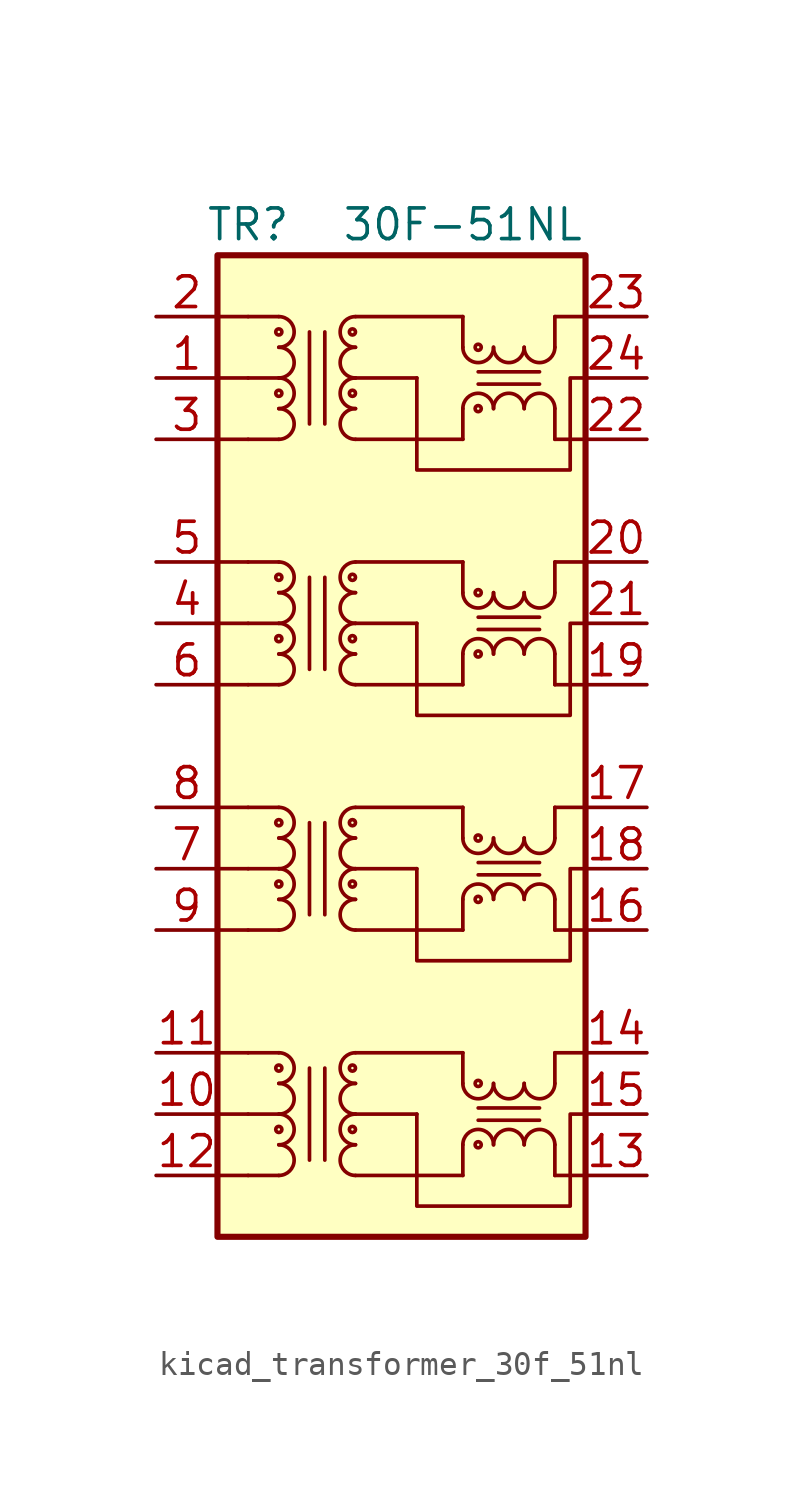
<source format=kicad_sym>
(kicad_symbol_lib
  (version 20220914)
  (generator kicad_symbol_editor)
  (symbol "kicad_transformer_30f_51nl"
    (pin_names
      (offset 1.016) hide)
    (property "Reference" "TR"
      (at -6.35 21.59 0)
      (effects (font (size 1.27 1.27))))
    (property "Value" "30F-51NL"
      (at 2.54 21.59 0)
      (effects (font (size 1.27 1.27))))
    (symbol "kicad_transformer_30f_51nl_0_1"
      (rectangle (start -7.62 20.32) (end 7.62 -20.32) (stroke (width 0.254) (type default)) (fill (type background)))
      (polyline (pts (xy 2.54 -16.51) (xy 2.54 -17.78)) (stroke (width 0) (type default)) (fill (type none)))
      (polyline (pts (xy 2.54 -12.7) (xy 2.54 -13.97)) (stroke (width 0) (type default)) (fill (type none)))
      (polyline (pts (xy 2.54 -6.35) (xy 2.54 -7.62)) (stroke (width 0) (type default)) (fill (type none)))
      (polyline (pts (xy 2.54 -2.54) (xy 2.54 -3.81)) (stroke (width 0) (type default)) (fill (type none)))
      (polyline (pts (xy 2.54 3.81) (xy 2.54 2.54)) (stroke (width 0) (type default)) (fill (type none)))
      (polyline (pts (xy 2.54 7.62) (xy 2.54 6.35)) (stroke (width 0) (type default)) (fill (type none)))
      (polyline (pts (xy 2.54 13.97) (xy 2.54 12.7)) (stroke (width 0) (type default)) (fill (type none)))
      (polyline (pts (xy 2.54 17.78) (xy 2.54 16.51)) (stroke (width 0) (type default)) (fill (type none)))
      (polyline (pts (xy 6.35 -17.78) (xy 6.35 -16.51)) (stroke (width 0) (type default)) (fill (type none)))
      (polyline (pts (xy 6.35 -13.97) (xy 6.35 -12.7)) (stroke (width 0) (type default)) (fill (type none)))
      (polyline (pts (xy 6.35 -7.62) (xy 6.35 -6.35)) (stroke (width 0) (type default)) (fill (type none)))
      (polyline (pts (xy 6.35 -3.81) (xy 6.35 -2.54)) (stroke (width 0) (type default)) (fill (type none)))
      (polyline (pts (xy 6.35 2.54) (xy 6.35 3.81)) (stroke (width 0) (type default)) (fill (type none)))
      (polyline (pts (xy 6.35 6.35) (xy 6.35 7.62)) (stroke (width 0) (type default)) (fill (type none)))
      (polyline (pts (xy 6.35 12.7) (xy 6.35 13.97)) (stroke (width 0) (type default)) (fill (type none)))
      (polyline (pts (xy 6.35 16.51) (xy 6.35 17.78)) (stroke (width 0) (type default)) (fill (type none)))
      (polyline (pts (xy 7.62 15.24) (xy 7.62 15.24)) (stroke (width 0) (type default)) (fill (type none)))
      (polyline (pts (xy 0.635 -15.24) (xy 0.635 -19.05) (xy 6.985 -19.05) (xy 6.985 -15.24) (xy 7.62 -15.24)) (stroke (width 0) (type default)) (fill (type none)))
      (polyline (pts (xy 0.635 -5.08) (xy 0.635 -8.89) (xy 6.985 -8.89) (xy 6.985 -5.08) (xy 7.62 -5.08)) (stroke (width 0) (type default)) (fill (type none)))
      (polyline (pts (xy 0.635 5.08) (xy 0.635 1.27) (xy 6.985 1.27) (xy 6.985 5.08) (xy 7.62 5.08)) (stroke (width 0) (type default)) (fill (type none)))
      (polyline (pts (xy 0.635 15.24) (xy 0.635 11.43) (xy 6.985 11.43) (xy 6.985 15.24) (xy 7.62 15.24)) (stroke (width 0) (type default)) (fill (type none)))
      (pin passive line (at -10.16 15.24 0) (length 2.54) (name "CT" (effects (font (size 1.27 1.27)))) (number "1" (effects (font (size 1.27 1.27)))))
      (pin passive line (at -10.16 -15.24 0) (length 2.54) (name "CT" (effects (font (size 1.27 1.27)))) (number "10" (effects (font (size 1.27 1.27)))))
      (pin passive line (at -10.16 -12.7 0) (length 2.54) (name "TD4+" (effects (font (size 1.27 1.27)))) (number "11" (effects (font (size 1.27 1.27)))))
      (pin passive line (at -10.16 -17.78 0) (length 2.54) (name "TD4-" (effects (font (size 1.27 1.27)))) (number "12" (effects (font (size 1.27 1.27)))))
      (pin passive line (at 10.16 -17.78 180) (length 2.54) (name "MX4-" (effects (font (size 1.27 1.27)))) (number "13" (effects (font (size 1.27 1.27)))))
      (pin passive line (at 10.16 -12.7 180) (length 2.54) (name "MX4+" (effects (font (size 1.27 1.27)))) (number "14" (effects (font (size 1.27 1.27)))))
      (pin passive line (at 10.16 -15.24 180) (length 2.54) (name "CT" (effects (font (size 1.27 1.27)))) (number "15" (effects (font (size 1.27 1.27)))))
      (pin passive line (at 10.16 -7.62 180) (length 2.54) (name "MX3-" (effects (font (size 1.27 1.27)))) (number "16" (effects (font (size 1.27 1.27)))))
      (pin passive line (at 10.16 -2.54 180) (length 2.54) (name "MX3+" (effects (font (size 1.27 1.27)))) (number "17" (effects (font (size 1.27 1.27)))))
      (pin passive line (at 10.16 -5.08 180) (length 2.54) (name "CT" (effects (font (size 1.27 1.27)))) (number "18" (effects (font (size 1.27 1.27)))))
      (pin passive line (at 10.16 2.54 180) (length 2.54) (name "MX2-" (effects (font (size 1.27 1.27)))) (number "19" (effects (font (size 1.27 1.27)))))
      (pin passive line (at -10.16 17.78 0) (length 2.54) (name "TD1+" (effects (font (size 1.27 1.27)))) (number "2" (effects (font (size 1.27 1.27)))))
      (pin passive line (at 10.16 7.62 180) (length 2.54) (name "MX2+" (effects (font (size 1.27 1.27)))) (number "20" (effects (font (size 1.27 1.27)))))
      (pin passive line (at 10.16 5.08 180) (length 2.54) (name "CT" (effects (font (size 1.27 1.27)))) (number "21" (effects (font (size 1.27 1.27)))))
      (pin passive line (at 10.16 12.7 180) (length 2.54) (name "MX1-" (effects (font (size 1.27 1.27)))) (number "22" (effects (font (size 1.27 1.27)))))
      (pin passive line (at 10.16 17.78 180) (length 2.54) (name "MX1+" (effects (font (size 1.27 1.27)))) (number "23" (effects (font (size 1.27 1.27)))))
      (pin passive line (at 10.16 15.24 180) (length 2.54) (name "CT" (effects (font (size 1.27 1.27)))) (number "24" (effects (font (size 1.27 1.27)))))
      (pin passive line (at -10.16 12.7 0) (length 2.54) (name "TD1-" (effects (font (size 1.27 1.27)))) (number "3" (effects (font (size 1.27 1.27)))))
      (pin passive line (at -10.16 5.08 0) (length 2.54) (name "CT" (effects (font (size 1.27 1.27)))) (number "4" (effects (font (size 1.27 1.27)))))
      (pin passive line (at -10.16 7.62 0) (length 2.54) (name "TD2+" (effects (font (size 1.27 1.27)))) (number "5" (effects (font (size 1.27 1.27)))))
      (pin passive line (at -10.16 2.54 0) (length 2.54) (name "TD2-" (effects (font (size 1.27 1.27)))) (number "6" (effects (font (size 1.27 1.27)))))
      (pin passive line (at -10.16 -5.08 0) (length 2.54) (name "CT" (effects (font (size 1.27 1.27)))) (number "7" (effects (font (size 1.27 1.27)))))
      (pin passive line (at -10.16 -2.54 0) (length 2.54) (name "TD3+" (effects (font (size 1.27 1.27)))) (number "8" (effects (font (size 1.27 1.27)))))
      (pin passive line (at -10.16 -7.62 0) (length 2.54) (name "TD3-" (effects (font (size 1.27 1.27)))) (number "9" (effects (font (size 1.27 1.27))))))
    (symbol "kicad_transformer_30f_51nl_1_1"
      (arc (start -5.08 -17.78) (mid -4.4477 -17.145) (end -5.08 -16.51) (stroke (width 0) (type default)) (fill (type none)))
      (arc (start -5.08 -16.51) (mid -4.4477 -15.875) (end -5.08 -15.24) (stroke (width 0) (type default)) (fill (type none)))
      (circle (center -5.08 -15.875) (radius 0.127) (stroke (width 0) (type default)) (fill (type none)))
      (arc (start -5.08 -15.24) (mid -4.4477 -14.605) (end -5.08 -13.97) (stroke (width 0) (type default)) (fill (type none)))
      (arc (start -5.08 -13.97) (mid -4.4477 -13.335) (end -5.08 -12.7) (stroke (width 0) (type default)) (fill (type none)))
      (circle (center -5.08 -13.335) (radius 0.127) (stroke (width 0) (type default)) (fill (type none)))
      (arc (start -5.08 -7.62) (mid -4.4477 -6.985) (end -5.08 -6.35) (stroke (width 0) (type default)) (fill (type none)))
      (arc (start -5.08 -6.35) (mid -4.4477 -5.715) (end -5.08 -5.08) (stroke (width 0) (type default)) (fill (type none)))
      (circle (center -5.08 -5.715) (radius 0.127) (stroke (width 0) (type default)) (fill (type none)))
      (arc (start -5.08 -5.08) (mid -4.4477 -4.445) (end -5.08 -3.81) (stroke (width 0) (type default)) (fill (type none)))
      (arc (start -5.08 -3.81) (mid -4.4477 -3.175) (end -5.08 -2.54) (stroke (width 0) (type default)) (fill (type none)))
      (circle (center -5.08 -3.175) (radius 0.127) (stroke (width 0) (type default)) (fill (type none)))
      (arc (start -5.08 2.54) (mid -4.4477 3.175) (end -5.08 3.81) (stroke (width 0) (type default)) (fill (type none)))
      (arc (start -5.08 3.81) (mid -4.4477 4.445) (end -5.08 5.08) (stroke (width 0) (type default)) (fill (type none)))
      (circle (center -5.08 4.445) (radius 0.127) (stroke (width 0) (type default)) (fill (type none)))
      (arc (start -5.08 5.08) (mid -4.4477 5.715) (end -5.08 6.35) (stroke (width 0) (type default)) (fill (type none)))
      (arc (start -5.08 6.35) (mid -4.4477 6.985) (end -5.08 7.62) (stroke (width 0) (type default)) (fill (type none)))
      (circle (center -5.08 6.985) (radius 0.127) (stroke (width 0) (type default)) (fill (type none)))
      (arc (start -5.08 12.7) (mid -4.4477 13.335) (end -5.08 13.97) (stroke (width 0) (type default)) (fill (type none)))
      (arc (start -5.08 13.97) (mid -4.4477 14.605) (end -5.08 15.24) (stroke (width 0) (type default)) (fill (type none)))
      (circle (center -5.08 14.605) (radius 0.127) (stroke (width 0) (type default)) (fill (type none)))
      (arc (start -5.08 15.24) (mid -4.4477 15.875) (end -5.08 16.51) (stroke (width 0) (type default)) (fill (type none)))
      (arc (start -5.08 16.51) (mid -4.4477 17.145) (end -5.08 17.78) (stroke (width 0) (type default)) (fill (type none)))
      (circle (center -5.08 17.145) (radius 0.127) (stroke (width 0) (type default)) (fill (type none)))
      (circle (center -2.032 -15.875) (radius 0.127) (stroke (width 0) (type default)) (fill (type none)))
      (circle (center -2.032 -13.335) (radius 0.127) (stroke (width 0) (type default)) (fill (type none)))
      (circle (center -2.032 -5.715) (radius 0.127) (stroke (width 0) (type default)) (fill (type none)))
      (circle (center -2.032 -3.175) (radius 0.127) (stroke (width 0) (type default)) (fill (type none)))
      (circle (center -2.032 4.445) (radius 0.127) (stroke (width 0) (type default)) (fill (type none)))
      (circle (center -2.032 6.985) (radius 0.127) (stroke (width 0) (type default)) (fill (type none)))
      (circle (center -2.032 14.605) (radius 0.127) (stroke (width 0) (type default)) (fill (type none)))
      (circle (center -2.032 17.145) (radius 0.127) (stroke (width 0) (type default)) (fill (type none)))
      (arc (start -1.905 -16.51) (mid -2.5373 -17.145) (end -1.905 -17.78) (stroke (width 0) (type default)) (fill (type none)))
      (arc (start -1.905 -15.24) (mid -2.5373 -15.875) (end -1.905 -16.51) (stroke (width 0) (type default)) (fill (type none)))
      (arc (start -1.905 -13.97) (mid -2.5373 -14.605) (end -1.905 -15.24) (stroke (width 0) (type default)) (fill (type none)))
      (arc (start -1.905 -12.7) (mid -2.5373 -13.335) (end -1.905 -13.97) (stroke (width 0) (type default)) (fill (type none)))
      (arc (start -1.905 -6.35) (mid -2.5373 -6.985) (end -1.905 -7.62) (stroke (width 0) (type default)) (fill (type none)))
      (arc (start -1.905 -5.08) (mid -2.5373 -5.715) (end -1.905 -6.35) (stroke (width 0) (type default)) (fill (type none)))
      (arc (start -1.905 -3.81) (mid -2.5373 -4.445) (end -1.905 -5.08) (stroke (width 0) (type default)) (fill (type none)))
      (arc (start -1.905 -2.54) (mid -2.5373 -3.175) (end -1.905 -3.81) (stroke (width 0) (type default)) (fill (type none)))
      (arc (start -1.905 3.81) (mid -2.5373 3.175) (end -1.905 2.54) (stroke (width 0) (type default)) (fill (type none)))
      (arc (start -1.905 5.08) (mid -2.5373 4.445) (end -1.905 3.81) (stroke (width 0) (type default)) (fill (type none)))
      (arc (start -1.905 6.35) (mid -2.5373 5.715) (end -1.905 5.08) (stroke (width 0) (type default)) (fill (type none)))
      (arc (start -1.905 7.62) (mid -2.5373 6.985) (end -1.905 6.35) (stroke (width 0) (type default)) (fill (type none)))
      (arc (start -1.905 13.97) (mid -2.5373 13.335) (end -1.905 12.7) (stroke (width 0) (type default)) (fill (type none)))
      (arc (start -1.905 15.24) (mid -2.5373 14.605) (end -1.905 13.97) (stroke (width 0) (type default)) (fill (type none)))
      (arc (start -1.905 16.51) (mid -2.5373 15.875) (end -1.905 15.24) (stroke (width 0) (type default)) (fill (type none)))
      (arc (start -1.905 17.78) (mid -2.5373 17.145) (end -1.905 16.51) (stroke (width 0) (type default)) (fill (type none)))
      (polyline (pts (xy -7.62 -17.78) (xy -6.35 -17.78)) (stroke (width 0) (type default)) (fill (type none)))
      (polyline (pts (xy -7.62 -15.24) (xy -6.35 -15.24)) (stroke (width 0) (type default)) (fill (type none)))
      (polyline (pts (xy -7.62 -12.7) (xy -6.35 -12.7)) (stroke (width 0) (type default)) (fill (type none)))
      (polyline (pts (xy -7.62 -7.62) (xy -6.35 -7.62)) (stroke (width 0) (type default)) (fill (type none)))
      (polyline (pts (xy -7.62 -5.08) (xy -6.35 -5.08)) (stroke (width 0) (type default)) (fill (type none)))
      (polyline (pts (xy -7.62 -2.54) (xy -6.35 -2.54)) (stroke (width 0) (type default)) (fill (type none)))
      (polyline (pts (xy -7.62 2.54) (xy -6.35 2.54)) (stroke (width 0) (type default)) (fill (type none)))
      (polyline (pts (xy -7.62 5.08) (xy -6.35 5.08)) (stroke (width 0) (type default)) (fill (type none)))
      (polyline (pts (xy -7.62 7.62) (xy -6.35 7.62)) (stroke (width 0) (type default)) (fill (type none)))
      (polyline (pts (xy -7.62 12.7) (xy -6.35 12.7)) (stroke (width 0) (type default)) (fill (type none)))
      (polyline (pts (xy -7.62 15.24) (xy -6.35 15.24)) (stroke (width 0) (type default)) (fill (type none)))
      (polyline (pts (xy -7.62 17.78) (xy -6.35 17.78)) (stroke (width 0) (type default)) (fill (type none)))
      (polyline (pts (xy -6.35 -17.78) (xy -5.08 -17.78)) (stroke (width 0) (type default)) (fill (type none)))
      (polyline (pts (xy -6.35 -15.24) (xy -5.08 -15.24)) (stroke (width 0) (type default)) (fill (type none)))
      (polyline (pts (xy -6.35 -12.7) (xy -5.08 -12.7)) (stroke (width 0) (type default)) (fill (type none)))
      (polyline (pts (xy -6.35 -7.62) (xy -5.08 -7.62)) (stroke (width 0) (type default)) (fill (type none)))
      (polyline (pts (xy -6.35 -5.08) (xy -5.08 -5.08)) (stroke (width 0) (type default)) (fill (type none)))
      (polyline (pts (xy -6.35 -2.54) (xy -5.08 -2.54)) (stroke (width 0) (type default)) (fill (type none)))
      (polyline (pts (xy -6.35 2.54) (xy -5.08 2.54)) (stroke (width 0) (type default)) (fill (type none)))
      (polyline (pts (xy -6.35 5.08) (xy -5.08 5.08)) (stroke (width 0) (type default)) (fill (type none)))
      (polyline (pts (xy -6.35 7.62) (xy -5.08 7.62)) (stroke (width 0) (type default)) (fill (type none)))
      (polyline (pts (xy -6.35 12.7) (xy -5.08 12.7)) (stroke (width 0) (type default)) (fill (type none)))
      (polyline (pts (xy -6.35 15.24) (xy -5.08 15.24)) (stroke (width 0) (type default)) (fill (type none)))
      (polyline (pts (xy -6.35 17.78) (xy -5.08 17.78)) (stroke (width 0) (type default)) (fill (type none)))
      (polyline (pts (xy -3.81 -17.145) (xy -3.81 -13.335)) (stroke (width 0) (type default)) (fill (type none)))
      (polyline (pts (xy -3.81 -6.985) (xy -3.81 -3.175)) (stroke (width 0) (type default)) (fill (type none)))
      (polyline (pts (xy -3.81 3.175) (xy -3.81 6.985)) (stroke (width 0) (type default)) (fill (type none)))
      (polyline (pts (xy -3.81 13.335) (xy -3.81 17.145)) (stroke (width 0) (type default)) (fill (type none)))
      (polyline (pts (xy -3.175 -17.145) (xy -3.175 -13.335)) (stroke (width 0) (type default)) (fill (type none)))
      (polyline (pts (xy -3.175 -6.985) (xy -3.175 -3.175)) (stroke (width 0) (type default)) (fill (type none)))
      (polyline (pts (xy -3.175 3.175) (xy -3.175 6.985)) (stroke (width 0) (type default)) (fill (type none)))
      (polyline (pts (xy -3.175 13.335) (xy -3.175 17.145)) (stroke (width 0) (type default)) (fill (type none)))
      (polyline (pts (xy 0.635 -15.24) (xy -1.905 -15.24)) (stroke (width 0) (type default)) (fill (type none)))
      (polyline (pts (xy 0.635 -5.08) (xy -1.905 -5.08)) (stroke (width 0) (type default)) (fill (type none)))
      (polyline (pts (xy 0.635 5.08) (xy -1.905 5.08)) (stroke (width 0) (type default)) (fill (type none)))
      (polyline (pts (xy 0.635 15.24) (xy -1.905 15.24)) (stroke (width 0) (type default)) (fill (type none)))
      (polyline (pts (xy 2.54 -17.78) (xy -1.905 -17.78)) (stroke (width 0) (type default)) (fill (type none)))
      (polyline (pts (xy 2.54 -12.7) (xy -1.905 -12.7)) (stroke (width 0) (type default)) (fill (type none)))
      (polyline (pts (xy 2.54 -7.62) (xy -1.905 -7.62)) (stroke (width 0) (type default)) (fill (type none)))
      (polyline (pts (xy 2.54 -2.54) (xy -1.905 -2.54)) (stroke (width 0) (type default)) (fill (type none)))
      (polyline (pts (xy 2.54 2.54) (xy -1.905 2.54)) (stroke (width 0) (type default)) (fill (type none)))
      (polyline (pts (xy 2.54 7.62) (xy -1.905 7.62)) (stroke (width 0) (type default)) (fill (type none)))
      (polyline (pts (xy 2.54 12.7) (xy -1.905 12.7)) (stroke (width 0) (type default)) (fill (type none)))
      (polyline (pts (xy 2.54 17.78) (xy -1.905 17.78)) (stroke (width 0) (type default)) (fill (type none)))
      (polyline (pts (xy 5.715 -15.494) (xy 3.175 -15.494)) (stroke (width 0) (type default)) (fill (type none)))
      (polyline (pts (xy 5.715 -14.986) (xy 3.175 -14.986)) (stroke (width 0) (type default)) (fill (type none)))
      (polyline (pts (xy 5.715 -5.334) (xy 3.175 -5.334)) (stroke (width 0) (type default)) (fill (type none)))
      (polyline (pts (xy 5.715 -4.826) (xy 3.175 -4.826)) (stroke (width 0) (type default)) (fill (type none)))
      (polyline (pts (xy 5.715 4.826) (xy 3.175 4.826)) (stroke (width 0) (type default)) (fill (type none)))
      (polyline (pts (xy 5.715 5.334) (xy 3.175 5.334)) (stroke (width 0) (type default)) (fill (type none)))
      (polyline (pts (xy 5.715 14.986) (xy 3.175 14.986)) (stroke (width 0) (type default)) (fill (type none)))
      (polyline (pts (xy 5.715 15.494) (xy 3.175 15.494)) (stroke (width 0) (type default)) (fill (type none)))
      (polyline (pts (xy 7.62 -17.78) (xy 6.35 -17.78)) (stroke (width 0) (type default)) (fill (type none)))
      (polyline (pts (xy 7.62 -12.7) (xy 6.35 -12.7)) (stroke (width 0) (type default)) (fill (type none)))
      (polyline (pts (xy 7.62 -7.62) (xy 6.35 -7.62)) (stroke (width 0) (type default)) (fill (type none)))
      (polyline (pts (xy 7.62 -2.54) (xy 6.35 -2.54)) (stroke (width 0) (type default)) (fill (type none)))
      (polyline (pts (xy 7.62 2.54) (xy 6.35 2.54)) (stroke (width 0) (type default)) (fill (type none)))
      (polyline (pts (xy 7.62 7.62) (xy 6.35 7.62)) (stroke (width 0) (type default)) (fill (type none)))
      (polyline (pts (xy 7.62 12.7) (xy 6.35 12.7)) (stroke (width 0) (type default)) (fill (type none)))
      (polyline (pts (xy 7.62 17.78) (xy 6.35 17.78)) (stroke (width 0) (type default)) (fill (type none)))
      (arc (start 2.54 -13.97) (mid 3.175 -14.6023) (end 3.81 -13.97) (stroke (width 0) (type default)) (fill (type none)))
      (arc (start 2.54 -3.81) (mid 3.175 -4.4423) (end 3.81 -3.81) (stroke (width 0) (type default)) (fill (type none)))
      (arc (start 2.54 6.35) (mid 3.175 5.7177) (end 3.81 6.35) (stroke (width 0) (type default)) (fill (type none)))
      (arc (start 2.54 16.51) (mid 3.175 15.8777) (end 3.81 16.51) (stroke (width 0) (type default)) (fill (type none)))
      (circle (center 3.175 -16.51) (radius 0.127) (stroke (width 0) (type default)) (fill (type none)))
      (circle (center 3.175 -13.97) (radius 0.127) (stroke (width 0) (type default)) (fill (type none)))
      (circle (center 3.175 -6.35) (radius 0.127) (stroke (width 0) (type default)) (fill (type none)))
      (circle (center 3.175 -3.81) (radius 0.127) (stroke (width 0) (type default)) (fill (type none)))
      (circle (center 3.175 3.81) (radius 0.127) (stroke (width 0) (type default)) (fill (type none)))
      (circle (center 3.175 6.35) (radius 0.127) (stroke (width 0) (type default)) (fill (type none)))
      (circle (center 3.175 13.97) (radius 0.127) (stroke (width 0) (type default)) (fill (type none)))
      (circle (center 3.175 16.51) (radius 0.127) (stroke (width 0) (type default)) (fill (type none)))
      (arc (start 3.81 -16.51) (mid 3.175 -15.8777) (end 2.54 -16.51) (stroke (width 0) (type default)) (fill (type none)))
      (arc (start 3.81 -13.97) (mid 4.445 -14.6023) (end 5.08 -13.97) (stroke (width 0) (type default)) (fill (type none)))
      (arc (start 3.81 -6.35) (mid 3.175 -5.7177) (end 2.54 -6.35) (stroke (width 0) (type default)) (fill (type none)))
      (arc (start 3.81 -3.81) (mid 4.445 -4.4423) (end 5.08 -3.81) (stroke (width 0) (type default)) (fill (type none)))
      (arc (start 3.81 3.81) (mid 3.175 4.4423) (end 2.54 3.81) (stroke (width 0) (type default)) (fill (type none)))
      (arc (start 3.81 6.35) (mid 4.445 5.7177) (end 5.08 6.35) (stroke (width 0) (type default)) (fill (type none)))
      (arc (start 3.81 13.97) (mid 3.175 14.6023) (end 2.54 13.97) (stroke (width 0) (type default)) (fill (type none)))
      (arc (start 3.81 16.51) (mid 4.445 15.8777) (end 5.08 16.51) (stroke (width 0) (type default)) (fill (type none)))
      (arc (start 5.08 -16.51) (mid 4.445 -15.8777) (end 3.81 -16.51) (stroke (width 0) (type default)) (fill (type none)))
      (arc (start 5.08 -13.97) (mid 5.715 -14.6023) (end 6.35 -13.97) (stroke (width 0) (type default)) (fill (type none)))
      (arc (start 5.08 -6.35) (mid 4.445 -5.7177) (end 3.81 -6.35) (stroke (width 0) (type default)) (fill (type none)))
      (arc (start 5.08 -3.81) (mid 5.715 -4.4423) (end 6.35 -3.81) (stroke (width 0) (type default)) (fill (type none)))
      (arc (start 5.08 3.81) (mid 4.445 4.4423) (end 3.81 3.81) (stroke (width 0) (type default)) (fill (type none)))
      (arc (start 5.08 6.35) (mid 5.715 5.7177) (end 6.35 6.35) (stroke (width 0) (type default)) (fill (type none)))
      (arc (start 5.08 13.97) (mid 4.445 14.6023) (end 3.81 13.97) (stroke (width 0) (type default)) (fill (type none)))
      (arc (start 5.08 16.51) (mid 5.715 15.8777) (end 6.35 16.51) (stroke (width 0) (type default)) (fill (type none)))
      (arc (start 6.35 -16.51) (mid 5.715 -15.8777) (end 5.08 -16.51) (stroke (width 0) (type default)) (fill (type none)))
      (arc (start 6.35 -6.35) (mid 5.715 -5.7177) (end 5.08 -6.35) (stroke (width 0) (type default)) (fill (type none)))
      (arc (start 6.35 3.81) (mid 5.715 4.4423) (end 5.08 3.81) (stroke (width 0) (type default)) (fill (type none)))
      (arc (start 6.35 13.97) (mid 5.715 14.6023) (end 5.08 13.97) (stroke (width 0) (type default)) (fill (type none))))))
</source>
